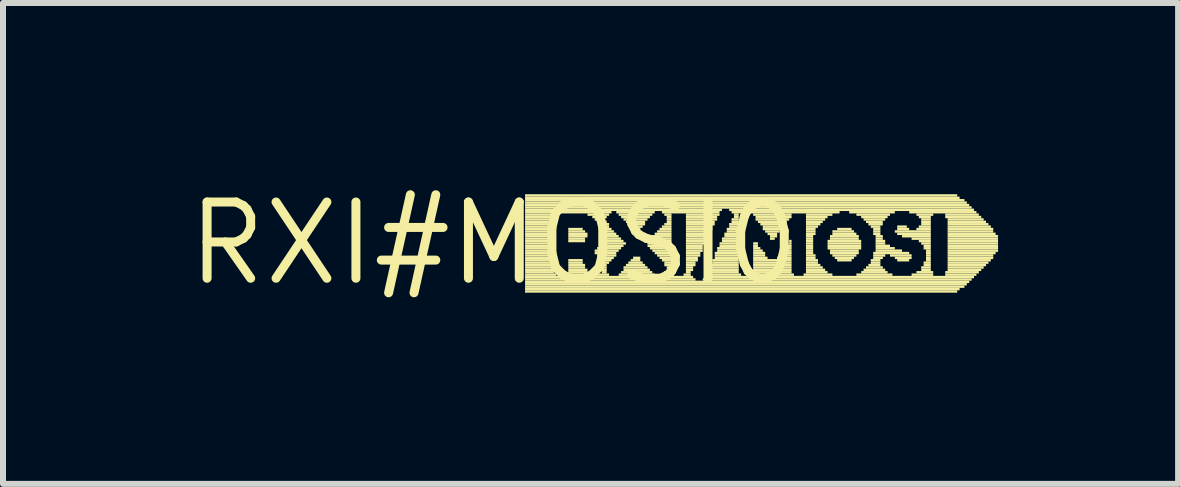
<source format=kicad_pcb>
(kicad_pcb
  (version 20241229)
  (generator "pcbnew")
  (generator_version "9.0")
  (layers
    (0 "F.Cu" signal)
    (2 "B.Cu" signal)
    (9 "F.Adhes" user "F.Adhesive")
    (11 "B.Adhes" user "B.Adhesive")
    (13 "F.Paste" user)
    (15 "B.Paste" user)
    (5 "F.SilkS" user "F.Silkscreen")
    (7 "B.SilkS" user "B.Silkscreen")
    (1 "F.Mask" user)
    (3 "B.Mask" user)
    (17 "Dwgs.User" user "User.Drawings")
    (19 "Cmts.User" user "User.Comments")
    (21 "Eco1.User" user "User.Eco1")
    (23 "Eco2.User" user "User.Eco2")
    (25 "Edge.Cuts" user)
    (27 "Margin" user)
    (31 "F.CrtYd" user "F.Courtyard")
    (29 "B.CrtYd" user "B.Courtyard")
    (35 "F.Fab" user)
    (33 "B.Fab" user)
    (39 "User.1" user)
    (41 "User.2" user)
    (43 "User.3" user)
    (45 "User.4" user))
  (footprint "RXI#MOSI0"
    (layer "F.Cu")
    (at 5.178 1.006)
    (property "Reference" "RXI#MOSI0" (at 0 0 0) (layer "F.SilkS") (effects (font (size 1.27 1.27) (thickness 0.15))))
    (fp_poly (pts (xy 0.52 -0.78) (xy 7.72 -0.78) (xy 7.72 -0.82) (xy 0.52 -0.82)) (stroke (width 0) (type default)) (fill yes) (layer "F.SilkS"))
    (fp_poly (pts (xy 0.52 -0.74) (xy 7.76 -0.74) (xy 7.76 -0.78) (xy 0.52 -0.78)) (stroke (width 0) (type default)) (fill yes) (layer "F.SilkS"))
    (fp_poly (pts (xy 0.52 -0.7) (xy 7.84 -0.7) (xy 7.84 -0.74) (xy 0.52 -0.74)) (stroke (width 0) (type default)) (fill yes) (layer "F.SilkS"))
    (fp_poly (pts (xy 0.52 -0.66) (xy 7.88 -0.66) (xy 7.88 -0.7) (xy 0.52 -0.7)) (stroke (width 0) (type default)) (fill yes) (layer "F.SilkS"))
    (fp_poly (pts (xy 0.52 -0.62) (xy 7.92 -0.62) (xy 7.92 -0.66) (xy 0.52 -0.66)) (stroke (width 0) (type default)) (fill yes) (layer "F.SilkS"))
    (fp_poly (pts (xy 0.52 -0.58) (xy 7.96 -0.58) (xy 7.96 -0.62) (xy 0.52 -0.62)) (stroke (width 0) (type default)) (fill yes) (layer "F.SilkS"))
    (fp_poly (pts (xy 0.52 -0.54) (xy 3.8 -0.54) (xy 3.8 -0.58) (xy 0.52 -0.58)) (stroke (width 0) (type default)) (fill yes) (layer "F.SilkS"))
    (fp_poly (pts (xy 0.52 -0.5) (xy 1.96 -0.5) (xy 1.96 -0.54) (xy 0.52 -0.54)) (stroke (width 0) (type default)) (fill yes) (layer "F.SilkS"))
    (fp_poly (pts (xy 0.52 -0.46) (xy 1 -0.46) (xy 1 -0.5) (xy 0.52 -0.5)) (stroke (width 0) (type default)) (fill yes) (layer "F.SilkS"))
    (fp_poly (pts (xy 0.52 -0.42) (xy 1 -0.42) (xy 1 -0.46) (xy 0.52 -0.46)) (stroke (width 0) (type default)) (fill yes) (layer "F.SilkS"))
    (fp_poly (pts (xy 0.52 -0.38) (xy 1 -0.38) (xy 1 -0.42) (xy 0.52 -0.42)) (stroke (width 0) (type default)) (fill yes) (layer "F.SilkS"))
    (fp_poly (pts (xy 0.52 -0.34) (xy 1 -0.34) (xy 1 -0.38) (xy 0.52 -0.38)) (stroke (width 0) (type default)) (fill yes) (layer "F.SilkS"))
    (fp_poly (pts (xy 0.52 -0.3) (xy 1 -0.3) (xy 1 -0.34) (xy 0.52 -0.34)) (stroke (width 0) (type default)) (fill yes) (layer "F.SilkS"))
    (fp_poly (pts (xy 0.52 -0.26) (xy 1 -0.26) (xy 1 -0.3) (xy 0.52 -0.3)) (stroke (width 0) (type default)) (fill yes) (layer "F.SilkS"))
    (fp_poly (pts (xy 0.52 -0.22) (xy 1 -0.22) (xy 1 -0.26) (xy 0.52 -0.26)) (stroke (width 0) (type default)) (fill yes) (layer "F.SilkS"))
    (fp_poly (pts (xy 0.52 -0.18) (xy 1 -0.18) (xy 1 -0.22) (xy 0.52 -0.22)) (stroke (width 0) (type default)) (fill yes) (layer "F.SilkS"))
    (fp_poly (pts (xy 0.52 -0.14) (xy 1 -0.14) (xy 1 -0.18) (xy 0.52 -0.18)) (stroke (width 0) (type default)) (fill yes) (layer "F.SilkS"))
    (fp_poly (pts (xy 0.52 -0.1) (xy 1 -0.1) (xy 1 -0.14) (xy 0.52 -0.14)) (stroke (width 0) (type default)) (fill yes) (layer "F.SilkS"))
    (fp_poly (pts (xy 0.52 -0.06) (xy 1 -0.06) (xy 1 -0.1) (xy 0.52 -0.1)) (stroke (width 0) (type default)) (fill yes) (layer "F.SilkS"))
    (fp_poly (pts (xy 0.52 -0.02) (xy 1 -0.02) (xy 1 -0.06) (xy 0.52 -0.06)) (stroke (width 0) (type default)) (fill yes) (layer "F.SilkS"))
    (fp_poly (pts (xy 0.52 0.02) (xy 1 0.02) (xy 1 -0.02) (xy 0.52 -0.02)) (stroke (width 0) (type default)) (fill yes) (layer "F.SilkS"))
    (fp_poly (pts (xy 0.52 0.06) (xy 1 0.06) (xy 1 0.02) (xy 0.52 0.02)) (stroke (width 0) (type default)) (fill yes) (layer "F.SilkS"))
    (fp_poly (pts (xy 0.52 0.1) (xy 1 0.1) (xy 1 0.06) (xy 0.52 0.06)) (stroke (width 0) (type default)) (fill yes) (layer "F.SilkS"))
    (fp_poly (pts (xy 0.52 0.14) (xy 1 0.14) (xy 1 0.1) (xy 0.52 0.1)) (stroke (width 0) (type default)) (fill yes) (layer "F.SilkS"))
    (fp_poly (pts (xy 0.52 0.18) (xy 1 0.18) (xy 1 0.14) (xy 0.52 0.14)) (stroke (width 0) (type default)) (fill yes) (layer "F.SilkS"))
    (fp_poly (pts (xy 0.52 0.22) (xy 1 0.22) (xy 1 0.18) (xy 0.52 0.18)) (stroke (width 0) (type default)) (fill yes) (layer "F.SilkS"))
    (fp_poly (pts (xy 0.52 0.26) (xy 1 0.26) (xy 1 0.22) (xy 0.52 0.22)) (stroke (width 0) (type default)) (fill yes) (layer "F.SilkS"))
    (fp_poly (pts (xy 0.52 0.3) (xy 1 0.3) (xy 1 0.26) (xy 0.52 0.26)) (stroke (width 0) (type default)) (fill yes) (layer "F.SilkS"))
    (fp_poly (pts (xy 0.52 0.34) (xy 1 0.34) (xy 1 0.3) (xy 0.52 0.3)) (stroke (width 0) (type default)) (fill yes) (layer "F.SilkS"))
    (fp_poly (pts (xy 0.52 0.38) (xy 1 0.38) (xy 1 0.34) (xy 0.52 0.34)) (stroke (width 0) (type default)) (fill yes) (layer "F.SilkS"))
    (fp_poly (pts (xy 0.52 0.42) (xy 1 0.42) (xy 1 0.38) (xy 0.52 0.38)) (stroke (width 0) (type default)) (fill yes) (layer "F.SilkS"))
    (fp_poly (pts (xy 0.52 0.46) (xy 1 0.46) (xy 1 0.42) (xy 0.52 0.42)) (stroke (width 0) (type default)) (fill yes) (layer "F.SilkS"))
    (fp_poly (pts (xy 0.52 0.5) (xy 1 0.5) (xy 1 0.46) (xy 0.52 0.46)) (stroke (width 0) (type default)) (fill yes) (layer "F.SilkS"))
    (fp_poly (pts (xy 0.52 0.54) (xy 1.04 0.54) (xy 1.04 0.5) (xy 0.52 0.5)) (stroke (width 0) (type default)) (fill yes) (layer "F.SilkS"))
    (fp_poly (pts (xy 0.52 0.58) (xy 3.32 0.58) (xy 3.32 0.54) (xy 0.52 0.54)) (stroke (width 0) (type default)) (fill yes) (layer "F.SilkS"))
    (fp_poly (pts (xy 0.52 0.62) (xy 3.36 0.62) (xy 3.36 0.58) (xy 0.52 0.58)) (stroke (width 0) (type default)) (fill yes) (layer "F.SilkS"))
    (fp_poly (pts (xy 0.52 0.66) (xy 7.92 0.66) (xy 7.92 0.62) (xy 0.52 0.62)) (stroke (width 0) (type default)) (fill yes) (layer "F.SilkS"))
    (fp_poly (pts (xy 0.52 0.7) (xy 7.88 0.7) (xy 7.88 0.66) (xy 0.52 0.66)) (stroke (width 0) (type default)) (fill yes) (layer "F.SilkS"))
    (fp_poly (pts (xy 0.52 0.74) (xy 7.84 0.74) (xy 7.84 0.7) (xy 0.52 0.7)) (stroke (width 0) (type default)) (fill yes) (layer "F.SilkS"))
    (fp_poly (pts (xy 0.52 0.78) (xy 7.76 0.78) (xy 7.76 0.74) (xy 0.52 0.74)) (stroke (width 0) (type default)) (fill yes) (layer "F.SilkS"))
    (fp_poly (pts (xy 0.52 0.82) (xy 7.72 0.82) (xy 7.72 0.78) (xy 0.52 0.78)) (stroke (width 0) (type default)) (fill yes) (layer "F.SilkS"))
    (fp_poly (pts (xy 1.2 0.54) (xy 1.6 0.54) (xy 1.6 0.5) (xy 1.2 0.5)) (stroke (width 0) (type default)) (fill yes) (layer "F.SilkS"))
    (fp_poly (pts (xy 1.24 -0.22) (xy 1.48 -0.22) (xy 1.48 -0.26) (xy 1.24 -0.26)) (stroke (width 0) (type default)) (fill yes) (layer "F.SilkS"))
    (fp_poly (pts (xy 1.24 -0.18) (xy 1.52 -0.18) (xy 1.52 -0.22) (xy 1.24 -0.22)) (stroke (width 0) (type default)) (fill yes) (layer "F.SilkS"))
    (fp_poly (pts (xy 1.24 -0.14) (xy 1.56 -0.14) (xy 1.56 -0.18) (xy 1.24 -0.18)) (stroke (width 0) (type default)) (fill yes) (layer "F.SilkS"))
    (fp_poly (pts (xy 1.24 -0.1) (xy 1.56 -0.1) (xy 1.56 -0.14) (xy 1.24 -0.14)) (stroke (width 0) (type default)) (fill yes) (layer "F.SilkS"))
    (fp_poly (pts (xy 1.24 -0.06) (xy 1.52 -0.06) (xy 1.52 -0.1) (xy 1.24 -0.1)) (stroke (width 0) (type default)) (fill yes) (layer "F.SilkS"))
    (fp_poly (pts (xy 1.24 -0.02) (xy 1.52 -0.02) (xy 1.52 -0.06) (xy 1.24 -0.06)) (stroke (width 0) (type default)) (fill yes) (layer "F.SilkS"))
    (fp_poly (pts (xy 1.24 0.3) (xy 1.48 0.3) (xy 1.48 0.26) (xy 1.24 0.26)) (stroke (width 0) (type default)) (fill yes) (layer "F.SilkS"))
    (fp_poly (pts (xy 1.24 0.34) (xy 1.48 0.34) (xy 1.48 0.3) (xy 1.24 0.3)) (stroke (width 0) (type default)) (fill yes) (layer "F.SilkS"))
    (fp_poly (pts (xy 1.24 0.38) (xy 1.52 0.38) (xy 1.52 0.34) (xy 1.24 0.34)) (stroke (width 0) (type default)) (fill yes) (layer "F.SilkS"))
    (fp_poly (pts (xy 1.24 0.42) (xy 1.52 0.42) (xy 1.52 0.38) (xy 1.24 0.38)) (stroke (width 0) (type default)) (fill yes) (layer "F.SilkS"))
    (fp_poly (pts (xy 1.24 0.46) (xy 1.56 0.46) (xy 1.56 0.42) (xy 1.24 0.42)) (stroke (width 0) (type default)) (fill yes) (layer "F.SilkS"))
    (fp_poly (pts (xy 1.24 0.5) (xy 1.56 0.5) (xy 1.56 0.46) (xy 1.24 0.46)) (stroke (width 0) (type default)) (fill yes) (layer "F.SilkS"))
    (fp_poly (pts (xy 1.56 -0.46) (xy 1.92 -0.46) (xy 1.92 -0.5) (xy 1.56 -0.5)) (stroke (width 0) (type default)) (fill yes) (layer "F.SilkS"))
    (fp_poly (pts (xy 1.64 -0.42) (xy 1.88 -0.42) (xy 1.88 -0.46) (xy 1.64 -0.46)) (stroke (width 0) (type default)) (fill yes) (layer "F.SilkS"))
    (fp_poly (pts (xy 1.68 -0.38) (xy 1.84 -0.38) (xy 1.84 -0.42) (xy 1.68 -0.42)) (stroke (width 0) (type default)) (fill yes) (layer "F.SilkS"))
    (fp_poly (pts (xy 1.68 0.14) (xy 2.08 0.14) (xy 2.08 0.1) (xy 1.68 0.1)) (stroke (width 0) (type default)) (fill yes) (layer "F.SilkS"))
    (fp_poly (pts (xy 1.68 0.18) (xy 2.04 0.18) (xy 2.04 0.14) (xy 1.68 0.14)) (stroke (width 0) (type default)) (fill yes) (layer "F.SilkS"))
    (fp_poly (pts (xy 1.72 -0.34) (xy 1.88 -0.34) (xy 1.88 -0.38) (xy 1.72 -0.38)) (stroke (width 0) (type default)) (fill yes) (layer "F.SilkS"))
    (fp_poly (pts (xy 1.72 0.1) (xy 2.12 0.1) (xy 2.12 0.06) (xy 1.72 0.06)) (stroke (width 0) (type default)) (fill yes) (layer "F.SilkS"))
    (fp_poly (pts (xy 1.72 0.22) (xy 2.04 0.22) (xy 2.04 0.18) (xy 1.72 0.18)) (stroke (width 0) (type default)) (fill yes) (layer "F.SilkS"))
    (fp_poly (pts (xy 1.72 0.26) (xy 2 0.26) (xy 2 0.22) (xy 1.72 0.22)) (stroke (width 0) (type default)) (fill yes) (layer "F.SilkS"))
    (fp_poly (pts (xy 1.72 0.54) (xy 1.92 0.54) (xy 1.92 0.5) (xy 1.72 0.5)) (stroke (width 0) (type default)) (fill yes) (layer "F.SilkS"))
    (fp_poly (pts (xy 1.76 -0.3) (xy 1.92 -0.3) (xy 1.92 -0.34) (xy 1.76 -0.34)) (stroke (width 0) (type default)) (fill yes) (layer "F.SilkS"))
    (fp_poly (pts (xy 1.76 -0.26) (xy 1.92 -0.26) (xy 1.92 -0.3) (xy 1.76 -0.3)) (stroke (width 0) (type default)) (fill yes) (layer "F.SilkS"))
    (fp_poly (pts (xy 1.76 -0.22) (xy 1.96 -0.22) (xy 1.96 -0.26) (xy 1.76 -0.26)) (stroke (width 0) (type default)) (fill yes) (layer "F.SilkS"))
    (fp_poly (pts (xy 1.76 0.02) (xy 2.2 0.02) (xy 2.2 -0.02) (xy 1.76 -0.02)) (stroke (width 0) (type default)) (fill yes) (layer "F.SilkS"))
    (fp_poly (pts (xy 1.76 0.06) (xy 2.16 0.06) (xy 2.16 0.02) (xy 1.76 0.02)) (stroke (width 0) (type default)) (fill yes) (layer "F.SilkS"))
    (fp_poly (pts (xy 1.76 0.3) (xy 1.96 0.3) (xy 1.96 0.26) (xy 1.76 0.26)) (stroke (width 0) (type default)) (fill yes) (layer "F.SilkS"))
    (fp_poly (pts (xy 1.76 0.34) (xy 1.92 0.34) (xy 1.92 0.3) (xy 1.76 0.3)) (stroke (width 0) (type default)) (fill yes) (layer "F.SilkS"))
    (fp_poly (pts (xy 1.8 -0.18) (xy 2 -0.18) (xy 2 -0.22) (xy 1.8 -0.22)) (stroke (width 0) (type default)) (fill yes) (layer "F.SilkS"))
    (fp_poly (pts (xy 1.8 -0.14) (xy 2.04 -0.14) (xy 2.04 -0.18) (xy 1.8 -0.18)) (stroke (width 0) (type default)) (fill yes) (layer "F.SilkS"))
    (fp_poly (pts (xy 1.8 -0.1) (xy 2.08 -0.1) (xy 2.08 -0.14) (xy 1.8 -0.14)) (stroke (width 0) (type default)) (fill yes) (layer "F.SilkS"))
    (fp_poly (pts (xy 1.8 -0.06) (xy 2.12 -0.06) (xy 2.12 -0.1) (xy 1.8 -0.1)) (stroke (width 0) (type default)) (fill yes) (layer "F.SilkS"))
    (fp_poly (pts (xy 1.8 -0.02) (xy 2.16 -0.02) (xy 2.16 -0.06) (xy 1.8 -0.06)) (stroke (width 0) (type default)) (fill yes) (layer "F.SilkS"))
    (fp_poly (pts (xy 1.8 0.38) (xy 1.88 0.38) (xy 1.88 0.34) (xy 1.8 0.34)) (stroke (width 0) (type default)) (fill yes) (layer "F.SilkS"))
    (fp_poly (pts (xy 1.8 0.42) (xy 1.88 0.42) (xy 1.88 0.38) (xy 1.8 0.38)) (stroke (width 0) (type default)) (fill yes) (layer "F.SilkS"))
    (fp_poly (pts (xy 1.8 0.46) (xy 1.88 0.46) (xy 1.88 0.42) (xy 1.8 0.42)) (stroke (width 0) (type default)) (fill yes) (layer "F.SilkS"))
    (fp_poly (pts (xy 1.8 0.5) (xy 1.88 0.5) (xy 1.88 0.46) (xy 1.8 0.46)) (stroke (width 0) (type default)) (fill yes) (layer "F.SilkS"))
    (fp_poly (pts (xy 2.04 -0.5) (xy 2.68 -0.5) (xy 2.68 -0.54) (xy 2.04 -0.54)) (stroke (width 0) (type default)) (fill yes) (layer "F.SilkS"))
    (fp_poly (pts (xy 2.08 -0.46) (xy 2.64 -0.46) (xy 2.64 -0.5) (xy 2.08 -0.5)) (stroke (width 0) (type default)) (fill yes) (layer "F.SilkS"))
    (fp_poly (pts (xy 2.08 0.54) (xy 2.68 0.54) (xy 2.68 0.5) (xy 2.08 0.5)) (stroke (width 0) (type default)) (fill yes) (layer "F.SilkS"))
    (fp_poly (pts (xy 2.12 -0.42) (xy 2.6 -0.42) (xy 2.6 -0.46) (xy 2.12 -0.46)) (stroke (width 0) (type default)) (fill yes) (layer "F.SilkS"))
    (fp_poly (pts (xy 2.12 0.5) (xy 2.64 0.5) (xy 2.64 0.46) (xy 2.12 0.46)) (stroke (width 0) (type default)) (fill yes) (layer "F.SilkS"))
    (fp_poly (pts (xy 2.16 -0.38) (xy 2.56 -0.38) (xy 2.56 -0.42) (xy 2.16 -0.42)) (stroke (width 0) (type default)) (fill yes) (layer "F.SilkS"))
    (fp_poly (pts (xy 2.16 0.42) (xy 2.56 0.42) (xy 2.56 0.38) (xy 2.16 0.38)) (stroke (width 0) (type default)) (fill yes) (layer "F.SilkS"))
    (fp_poly (pts (xy 2.16 0.46) (xy 2.6 0.46) (xy 2.6 0.42) (xy 2.16 0.42)) (stroke (width 0) (type default)) (fill yes) (layer "F.SilkS"))
    (fp_poly (pts (xy 2.2 -0.34) (xy 2.52 -0.34) (xy 2.52 -0.38) (xy 2.2 -0.38)) (stroke (width 0) (type default)) (fill yes) (layer "F.SilkS"))
    (fp_poly (pts (xy 2.2 0.38) (xy 2.52 0.38) (xy 2.52 0.34) (xy 2.2 0.34)) (stroke (width 0) (type default)) (fill yes) (layer "F.SilkS"))
    (fp_poly (pts (xy 2.24 -0.3) (xy 2.52 -0.3) (xy 2.52 -0.34) (xy 2.24 -0.34)) (stroke (width 0) (type default)) (fill yes) (layer "F.SilkS"))
    (fp_poly (pts (xy 2.24 0.34) (xy 2.48 0.34) (xy 2.48 0.3) (xy 2.24 0.3)) (stroke (width 0) (type default)) (fill yes) (layer "F.SilkS"))
    (fp_poly (pts (xy 2.28 -0.26) (xy 2.48 -0.26) (xy 2.48 -0.3) (xy 2.28 -0.3)) (stroke (width 0) (type default)) (fill yes) (layer "F.SilkS"))
    (fp_poly (pts (xy 2.28 0.3) (xy 2.44 0.3) (xy 2.44 0.26) (xy 2.28 0.26)) (stroke (width 0) (type default)) (fill yes) (layer "F.SilkS"))
    (fp_poly (pts (xy 2.32 -0.22) (xy 2.44 -0.22) (xy 2.44 -0.26) (xy 2.32 -0.26)) (stroke (width 0) (type default)) (fill yes) (layer "F.SilkS"))
    (fp_poly (pts (xy 2.32 -0.18) (xy 2.4 -0.18) (xy 2.4 -0.22) (xy 2.32 -0.22)) (stroke (width 0) (type default)) (fill yes) (layer "F.SilkS"))
    (fp_poly (pts (xy 2.32 0.26) (xy 2.44 0.26) (xy 2.44 0.22) (xy 2.32 0.22)) (stroke (width 0) (type default)) (fill yes) (layer "F.SilkS"))
    (fp_poly (pts (xy 2.56 -0.02) (xy 2.96 -0.02) (xy 2.96 -0.06) (xy 2.56 -0.06)) (stroke (width 0) (type default)) (fill yes) (layer "F.SilkS"))
    (fp_poly (pts (xy 2.56 0.02) (xy 2.96 0.02) (xy 2.96 -0.02) (xy 2.56 -0.02)) (stroke (width 0) (type default)) (fill yes) (layer "F.SilkS"))
    (fp_poly (pts (xy 2.56 0.06) (xy 2.96 0.06) (xy 2.96 0.02) (xy 2.56 0.02)) (stroke (width 0) (type default)) (fill yes) (layer "F.SilkS"))
    (fp_poly (pts (xy 2.6 -0.06) (xy 2.96 -0.06) (xy 2.96 -0.1) (xy 2.6 -0.1)) (stroke (width 0) (type default)) (fill yes) (layer "F.SilkS"))
    (fp_poly (pts (xy 2.6 0.1) (xy 2.96 0.1) (xy 2.96 0.06) (xy 2.6 0.06)) (stroke (width 0) (type default)) (fill yes) (layer "F.SilkS"))
    (fp_poly (pts (xy 2.64 -0.1) (xy 2.96 -0.1) (xy 2.96 -0.14) (xy 2.64 -0.14)) (stroke (width 0) (type default)) (fill yes) (layer "F.SilkS"))
    (fp_poly (pts (xy 2.64 0.14) (xy 2.96 0.14) (xy 2.96 0.1) (xy 2.64 0.1)) (stroke (width 0) (type default)) (fill yes) (layer "F.SilkS"))
    (fp_poly (pts (xy 2.68 -0.14) (xy 2.96 -0.14) (xy 2.96 -0.18) (xy 2.68 -0.18)) (stroke (width 0) (type default)) (fill yes) (layer "F.SilkS"))
    (fp_poly (pts (xy 2.68 0.18) (xy 2.96 0.18) (xy 2.96 0.14) (xy 2.68 0.14)) (stroke (width 0) (type default)) (fill yes) (layer "F.SilkS"))
    (fp_poly (pts (xy 2.72 -0.18) (xy 2.96 -0.18) (xy 2.96 -0.22) (xy 2.72 -0.22)) (stroke (width 0) (type default)) (fill yes) (layer "F.SilkS"))
    (fp_poly (pts (xy 2.72 0.22) (xy 2.96 0.22) (xy 2.96 0.18) (xy 2.72 0.18)) (stroke (width 0) (type default)) (fill yes) (layer "F.SilkS"))
    (fp_poly (pts (xy 2.76 -0.22) (xy 2.96 -0.22) (xy 2.96 -0.26) (xy 2.76 -0.26)) (stroke (width 0) (type default)) (fill yes) (layer "F.SilkS"))
    (fp_poly (pts (xy 2.76 0.26) (xy 2.96 0.26) (xy 2.96 0.22) (xy 2.76 0.22)) (stroke (width 0) (type default)) (fill yes) (layer "F.SilkS"))
    (fp_poly (pts (xy 2.8 -0.5) (xy 3.76 -0.5) (xy 3.76 -0.54) (xy 2.8 -0.54)) (stroke (width 0) (type default)) (fill yes) (layer "F.SilkS"))
    (fp_poly (pts (xy 2.8 -0.26) (xy 2.96 -0.26) (xy 2.96 -0.3) (xy 2.8 -0.3)) (stroke (width 0) (type default)) (fill yes) (layer "F.SilkS"))
    (fp_poly (pts (xy 2.8 0.3) (xy 2.96 0.3) (xy 2.96 0.26) (xy 2.8 0.26)) (stroke (width 0) (type default)) (fill yes) (layer "F.SilkS"))
    (fp_poly (pts (xy 2.8 0.54) (xy 3 0.54) (xy 3 0.5) (xy 2.8 0.5)) (stroke (width 0) (type default)) (fill yes) (layer "F.SilkS"))
    (fp_poly (pts (xy 2.84 -0.46) (xy 2.96 -0.46) (xy 2.96 -0.5) (xy 2.84 -0.5)) (stroke (width 0) (type default)) (fill yes) (layer "F.SilkS"))
    (fp_poly (pts (xy 2.84 -0.3) (xy 2.96 -0.3) (xy 2.96 -0.34) (xy 2.84 -0.34)) (stroke (width 0) (type default)) (fill yes) (layer "F.SilkS"))
    (fp_poly (pts (xy 2.84 0.34) (xy 2.96 0.34) (xy 2.96 0.3) (xy 2.84 0.3)) (stroke (width 0) (type default)) (fill yes) (layer "F.SilkS"))
    (fp_poly (pts (xy 2.84 0.38) (xy 2.96 0.38) (xy 2.96 0.34) (xy 2.84 0.34)) (stroke (width 0) (type default)) (fill yes) (layer "F.SilkS"))
    (fp_poly (pts (xy 2.84 0.5) (xy 2.96 0.5) (xy 2.96 0.46) (xy 2.84 0.46)) (stroke (width 0) (type default)) (fill yes) (layer "F.SilkS"))
    (fp_poly (pts (xy 2.88 -0.42) (xy 2.96 -0.42) (xy 2.96 -0.46) (xy 2.88 -0.46)) (stroke (width 0) (type default)) (fill yes) (layer "F.SilkS"))
    (fp_poly (pts (xy 2.88 -0.38) (xy 2.96 -0.38) (xy 2.96 -0.42) (xy 2.88 -0.42)) (stroke (width 0) (type default)) (fill yes) (layer "F.SilkS"))
    (fp_poly (pts (xy 2.88 -0.34) (xy 2.96 -0.34) (xy 2.96 -0.38) (xy 2.88 -0.38)) (stroke (width 0) (type default)) (fill yes) (layer "F.SilkS"))
    (fp_poly (pts (xy 2.88 0.42) (xy 2.96 0.42) (xy 2.96 0.38) (xy 2.88 0.38)) (stroke (width 0) (type default)) (fill yes) (layer "F.SilkS"))
    (fp_poly (pts (xy 2.88 0.46) (xy 2.96 0.46) (xy 2.96 0.42) (xy 2.88 0.42)) (stroke (width 0) (type default)) (fill yes) (layer "F.SilkS"))
    (fp_poly (pts (xy 3.16 0.54) (xy 3.28 0.54) (xy 3.28 0.5) (xy 3.16 0.5)) (stroke (width 0) (type default)) (fill yes) (layer "F.SilkS"))
    (fp_poly (pts (xy 3.2 -0.46) (xy 3.76 -0.46) (xy 3.76 -0.5) (xy 3.2 -0.5)) (stroke (width 0) (type default)) (fill yes) (layer "F.SilkS"))
    (fp_poly (pts (xy 3.2 -0.42) (xy 3.72 -0.42) (xy 3.72 -0.46) (xy 3.2 -0.46)) (stroke (width 0) (type default)) (fill yes) (layer "F.SilkS"))
    (fp_poly (pts (xy 3.2 -0.38) (xy 3.72 -0.38) (xy 3.72 -0.42) (xy 3.2 -0.42)) (stroke (width 0) (type default)) (fill yes) (layer "F.SilkS"))
    (fp_poly (pts (xy 3.2 -0.34) (xy 3.68 -0.34) (xy 3.68 -0.38) (xy 3.2 -0.38)) (stroke (width 0) (type default)) (fill yes) (layer "F.SilkS"))
    (fp_poly (pts (xy 3.2 -0.3) (xy 3.68 -0.3) (xy 3.68 -0.34) (xy 3.2 -0.34)) (stroke (width 0) (type default)) (fill yes) (layer "F.SilkS"))
    (fp_poly (pts (xy 3.2 -0.26) (xy 3.64 -0.26) (xy 3.64 -0.3) (xy 3.2 -0.3)) (stroke (width 0) (type default)) (fill yes) (layer "F.SilkS"))
    (fp_poly (pts (xy 3.2 -0.22) (xy 3.64 -0.22) (xy 3.64 -0.26) (xy 3.2 -0.26)) (stroke (width 0) (type default)) (fill yes) (layer "F.SilkS"))
    (fp_poly (pts (xy 3.2 -0.18) (xy 3.6 -0.18) (xy 3.6 -0.22) (xy 3.2 -0.22)) (stroke (width 0) (type default)) (fill yes) (layer "F.SilkS"))
    (fp_poly (pts (xy 3.2 -0.14) (xy 3.6 -0.14) (xy 3.6 -0.18) (xy 3.2 -0.18)) (stroke (width 0) (type default)) (fill yes) (layer "F.SilkS"))
    (fp_poly (pts (xy 3.2 -0.1) (xy 3.56 -0.1) (xy 3.56 -0.14) (xy 3.2 -0.14)) (stroke (width 0) (type default)) (fill yes) (layer "F.SilkS"))
    (fp_poly (pts (xy 3.2 -0.06) (xy 3.56 -0.06) (xy 3.56 -0.1) (xy 3.2 -0.1)) (stroke (width 0) (type default)) (fill yes) (layer "F.SilkS"))
    (fp_poly (pts (xy 3.2 -0.02) (xy 3.52 -0.02) (xy 3.52 -0.06) (xy 3.2 -0.06)) (stroke (width 0) (type default)) (fill yes) (layer "F.SilkS"))
    (fp_poly (pts (xy 3.2 0.02) (xy 3.52 0.02) (xy 3.52 -0.02) (xy 3.2 -0.02)) (stroke (width 0) (type default)) (fill yes) (layer "F.SilkS"))
    (fp_poly (pts (xy 3.2 0.06) (xy 3.48 0.06) (xy 3.48 0.02) (xy 3.2 0.02)) (stroke (width 0) (type default)) (fill yes) (layer "F.SilkS"))
    (fp_poly (pts (xy 3.2 0.1) (xy 3.48 0.1) (xy 3.48 0.06) (xy 3.2 0.06)) (stroke (width 0) (type default)) (fill yes) (layer "F.SilkS"))
    (fp_poly (pts (xy 3.2 0.14) (xy 3.48 0.14) (xy 3.48 0.1) (xy 3.2 0.1)) (stroke (width 0) (type default)) (fill yes) (layer "F.SilkS"))
    (fp_poly (pts (xy 3.2 0.18) (xy 3.44 0.18) (xy 3.44 0.14) (xy 3.2 0.14)) (stroke (width 0) (type default)) (fill yes) (layer "F.SilkS"))
    (fp_poly (pts (xy 3.2 0.22) (xy 3.44 0.22) (xy 3.44 0.18) (xy 3.2 0.18)) (stroke (width 0) (type default)) (fill yes) (layer "F.SilkS"))
    (fp_poly (pts (xy 3.2 0.26) (xy 3.4 0.26) (xy 3.4 0.22) (xy 3.2 0.22)) (stroke (width 0) (type default)) (fill yes) (layer "F.SilkS"))
    (fp_poly (pts (xy 3.2 0.3) (xy 3.4 0.3) (xy 3.4 0.26) (xy 3.2 0.26)) (stroke (width 0) (type default)) (fill yes) (layer "F.SilkS"))
    (fp_poly (pts (xy 3.2 0.34) (xy 3.36 0.34) (xy 3.36 0.3) (xy 3.2 0.3)) (stroke (width 0) (type default)) (fill yes) (layer "F.SilkS"))
    (fp_poly (pts (xy 3.2 0.38) (xy 3.36 0.38) (xy 3.36 0.34) (xy 3.2 0.34)) (stroke (width 0) (type default)) (fill yes) (layer "F.SilkS"))
    (fp_poly (pts (xy 3.2 0.42) (xy 3.32 0.42) (xy 3.32 0.38) (xy 3.2 0.38)) (stroke (width 0) (type default)) (fill yes) (layer "F.SilkS"))
    (fp_poly (pts (xy 3.2 0.46) (xy 3.32 0.46) (xy 3.32 0.42) (xy 3.2 0.42)) (stroke (width 0) (type default)) (fill yes) (layer "F.SilkS"))
    (fp_poly (pts (xy 3.2 0.5) (xy 3.28 0.5) (xy 3.28 0.46) (xy 3.2 0.46)) (stroke (width 0) (type default)) (fill yes) (layer "F.SilkS"))
    (fp_poly (pts (xy 3.48 0.62) (xy 7.96 0.62) (xy 7.96 0.58) (xy 3.48 0.58)) (stroke (width 0) (type default)) (fill yes) (layer "F.SilkS"))
    (fp_poly (pts (xy 3.52 0.54) (xy 4.12 0.54) (xy 4.12 0.5) (xy 3.52 0.5)) (stroke (width 0) (type default)) (fill yes) (layer "F.SilkS"))
    (fp_poly (pts (xy 3.52 0.58) (xy 8 0.58) (xy 8 0.54) (xy 3.52 0.54)) (stroke (width 0) (type default)) (fill yes) (layer "F.SilkS"))
    (fp_poly (pts (xy 3.56 0.46) (xy 4.08 0.46) (xy 4.08 0.42) (xy 3.56 0.42)) (stroke (width 0) (type default)) (fill yes) (layer "F.SilkS"))
    (fp_poly (pts (xy 3.56 0.5) (xy 4.08 0.5) (xy 4.08 0.46) (xy 3.56 0.46)) (stroke (width 0) (type default)) (fill yes) (layer "F.SilkS"))
    (fp_poly (pts (xy 3.6 0.38) (xy 4.08 0.38) (xy 4.08 0.34) (xy 3.6 0.34)) (stroke (width 0) (type default)) (fill yes) (layer "F.SilkS"))
    (fp_poly (pts (xy 3.6 0.42) (xy 4.08 0.42) (xy 4.08 0.38) (xy 3.6 0.38)) (stroke (width 0) (type default)) (fill yes) (layer "F.SilkS"))
    (fp_poly (pts (xy 3.64 0.3) (xy 4.08 0.3) (xy 4.08 0.26) (xy 3.64 0.26)) (stroke (width 0) (type default)) (fill yes) (layer "F.SilkS"))
    (fp_poly (pts (xy 3.64 0.34) (xy 4.08 0.34) (xy 4.08 0.3) (xy 3.64 0.3)) (stroke (width 0) (type default)) (fill yes) (layer "F.SilkS"))
    (fp_poly (pts (xy 3.68 0.18) (xy 4.08 0.18) (xy 4.08 0.14) (xy 3.68 0.14)) (stroke (width 0) (type default)) (fill yes) (layer "F.SilkS"))
    (fp_poly (pts (xy 3.68 0.22) (xy 4.08 0.22) (xy 4.08 0.18) (xy 3.68 0.18)) (stroke (width 0) (type default)) (fill yes) (layer "F.SilkS"))
    (fp_poly (pts (xy 3.68 0.26) (xy 4.08 0.26) (xy 4.08 0.22) (xy 3.68 0.22)) (stroke (width 0) (type default)) (fill yes) (layer "F.SilkS"))
    (fp_poly (pts (xy 3.72 0.1) (xy 4.08 0.1) (xy 4.08 0.06) (xy 3.72 0.06)) (stroke (width 0) (type default)) (fill yes) (layer "F.SilkS"))
    (fp_poly (pts (xy 3.72 0.14) (xy 4.08 0.14) (xy 4.08 0.1) (xy 3.72 0.1)) (stroke (width 0) (type default)) (fill yes) (layer "F.SilkS"))
    (fp_poly (pts (xy 3.76 0.02) (xy 4.08 0.02) (xy 4.08 -0.02) (xy 3.76 -0.02)) (stroke (width 0) (type default)) (fill yes) (layer "F.SilkS"))
    (fp_poly (pts (xy 3.76 0.06) (xy 4.08 0.06) (xy 4.08 0.02) (xy 3.76 0.02)) (stroke (width 0) (type default)) (fill yes) (layer "F.SilkS"))
    (fp_poly (pts (xy 3.8 -0.06) (xy 4.08 -0.06) (xy 4.08 -0.1) (xy 3.8 -0.1)) (stroke (width 0) (type default)) (fill yes) (layer "F.SilkS"))
    (fp_poly (pts (xy 3.8 -0.02) (xy 4.08 -0.02) (xy 4.08 -0.06) (xy 3.8 -0.06)) (stroke (width 0) (type default)) (fill yes) (layer "F.SilkS"))
    (fp_poly (pts (xy 3.84 -0.14) (xy 4.08 -0.14) (xy 4.08 -0.18) (xy 3.84 -0.18)) (stroke (width 0) (type default)) (fill yes) (layer "F.SilkS"))
    (fp_poly (pts (xy 3.84 -0.1) (xy 4.08 -0.1) (xy 4.08 -0.14) (xy 3.84 -0.14)) (stroke (width 0) (type default)) (fill yes) (layer "F.SilkS"))
    (fp_poly (pts (xy 3.88 -0.22) (xy 4.08 -0.22) (xy 4.08 -0.26) (xy 3.88 -0.26)) (stroke (width 0) (type default)) (fill yes) (layer "F.SilkS"))
    (fp_poly (pts (xy 3.88 -0.18) (xy 4.08 -0.18) (xy 4.08 -0.22) (xy 3.88 -0.22)) (stroke (width 0) (type default)) (fill yes) (layer "F.SilkS"))
    (fp_poly (pts (xy 3.92 -0.54) (xy 8 -0.54) (xy 8 -0.58) (xy 3.92 -0.58)) (stroke (width 0) (type default)) (fill yes) (layer "F.SilkS"))
    (fp_poly (pts (xy 3.92 -0.3) (xy 4.08 -0.3) (xy 4.08 -0.34) (xy 3.92 -0.34)) (stroke (width 0) (type default)) (fill yes) (layer "F.SilkS"))
    (fp_poly (pts (xy 3.92 -0.26) (xy 4.08 -0.26) (xy 4.08 -0.3) (xy 3.92 -0.3)) (stroke (width 0) (type default)) (fill yes) (layer "F.SilkS"))
    (fp_poly (pts (xy 3.96 -0.5) (xy 5.76 -0.5) (xy 5.76 -0.54) (xy 3.96 -0.54)) (stroke (width 0) (type default)) (fill yes) (layer "F.SilkS"))
    (fp_poly (pts (xy 3.96 -0.38) (xy 4.08 -0.38) (xy 4.08 -0.42) (xy 3.96 -0.42)) (stroke (width 0) (type default)) (fill yes) (layer "F.SilkS"))
    (fp_poly (pts (xy 3.96 -0.34) (xy 4.08 -0.34) (xy 4.08 -0.38) (xy 3.96 -0.38)) (stroke (width 0) (type default)) (fill yes) (layer "F.SilkS"))
    (fp_poly (pts (xy 4 -0.46) (xy 4.08 -0.46) (xy 4.08 -0.5) (xy 4 -0.5)) (stroke (width 0) (type default)) (fill yes) (layer "F.SilkS"))
    (fp_poly (pts (xy 4 -0.42) (xy 4.08 -0.42) (xy 4.08 -0.46) (xy 4 -0.46)) (stroke (width 0) (type default)) (fill yes) (layer "F.SilkS"))
    (fp_poly (pts (xy 4.28 0.54) (xy 5 0.54) (xy 5 0.5) (xy 4.28 0.5)) (stroke (width 0) (type default)) (fill yes) (layer "F.SilkS"))
    (fp_poly (pts (xy 4.32 -0.46) (xy 4.96 -0.46) (xy 4.96 -0.5) (xy 4.32 -0.5)) (stroke (width 0) (type default)) (fill yes) (layer "F.SilkS"))
    (fp_poly (pts (xy 4.32 0.02) (xy 4.4 0.02) (xy 4.4 -0.02) (xy 4.32 -0.02)) (stroke (width 0) (type default)) (fill yes) (layer "F.SilkS"))
    (fp_poly (pts (xy 4.32 0.06) (xy 4.4 0.06) (xy 4.4 0.02) (xy 4.32 0.02)) (stroke (width 0) (type default)) (fill yes) (layer "F.SilkS"))
    (fp_poly (pts (xy 4.32 0.1) (xy 4.44 0.1) (xy 4.44 0.06) (xy 4.32 0.06)) (stroke (width 0) (type default)) (fill yes) (layer "F.SilkS"))
    (fp_poly (pts (xy 4.32 0.14) (xy 4.48 0.14) (xy 4.48 0.1) (xy 4.32 0.1)) (stroke (width 0) (type default)) (fill yes) (layer "F.SilkS"))
    (fp_poly (pts (xy 4.32 0.18) (xy 4.52 0.18) (xy 4.52 0.14) (xy 4.32 0.14)) (stroke (width 0) (type default)) (fill yes) (layer "F.SilkS"))
    (fp_poly (pts (xy 4.32 0.22) (xy 4.52 0.22) (xy 4.52 0.18) (xy 4.32 0.18)) (stroke (width 0) (type default)) (fill yes) (layer "F.SilkS"))
    (fp_poly (pts (xy 4.32 0.26) (xy 4.56 0.26) (xy 4.56 0.22) (xy 4.32 0.22)) (stroke (width 0) (type default)) (fill yes) (layer "F.SilkS"))
    (fp_poly (pts (xy 4.32 0.3) (xy 4.96 0.3) (xy 4.96 0.26) (xy 4.32 0.26)) (stroke (width 0) (type default)) (fill yes) (layer "F.SilkS"))
    (fp_poly (pts (xy 4.32 0.34) (xy 4.96 0.34) (xy 4.96 0.3) (xy 4.32 0.3)) (stroke (width 0) (type default)) (fill yes) (layer "F.SilkS"))
    (fp_poly (pts (xy 4.32 0.38) (xy 4.96 0.38) (xy 4.96 0.34) (xy 4.32 0.34)) (stroke (width 0) (type default)) (fill yes) (layer "F.SilkS"))
    (fp_poly (pts (xy 4.32 0.42) (xy 4.96 0.42) (xy 4.96 0.38) (xy 4.32 0.38)) (stroke (width 0) (type default)) (fill yes) (layer "F.SilkS"))
    (fp_poly (pts (xy 4.32 0.46) (xy 4.96 0.46) (xy 4.96 0.42) (xy 4.32 0.42)) (stroke (width 0) (type default)) (fill yes) (layer "F.SilkS"))
    (fp_poly (pts (xy 4.32 0.5) (xy 4.96 0.5) (xy 4.96 0.46) (xy 4.32 0.46)) (stroke (width 0) (type default)) (fill yes) (layer "F.SilkS"))
    (fp_poly (pts (xy 4.36 -0.42) (xy 4.96 -0.42) (xy 4.96 -0.46) (xy 4.36 -0.46)) (stroke (width 0) (type default)) (fill yes) (layer "F.SilkS"))
    (fp_poly (pts (xy 4.36 -0.38) (xy 4.92 -0.38) (xy 4.92 -0.42) (xy 4.36 -0.42)) (stroke (width 0) (type default)) (fill yes) (layer "F.SilkS"))
    (fp_poly (pts (xy 4.4 -0.34) (xy 4.88 -0.34) (xy 4.88 -0.38) (xy 4.4 -0.38)) (stroke (width 0) (type default)) (fill yes) (layer "F.SilkS"))
    (fp_poly (pts (xy 4.44 -0.3) (xy 4.84 -0.3) (xy 4.84 -0.34) (xy 4.44 -0.34)) (stroke (width 0) (type default)) (fill yes) (layer "F.SilkS"))
    (fp_poly (pts (xy 4.48 -0.26) (xy 4.84 -0.26) (xy 4.84 -0.3) (xy 4.48 -0.3)) (stroke (width 0) (type default)) (fill yes) (layer "F.SilkS"))
    (fp_poly (pts (xy 4.48 -0.22) (xy 4.8 -0.22) (xy 4.8 -0.26) (xy 4.48 -0.26)) (stroke (width 0) (type default)) (fill yes) (layer "F.SilkS"))
    (fp_poly (pts (xy 4.52 -0.18) (xy 4.76 -0.18) (xy 4.76 -0.22) (xy 4.52 -0.22)) (stroke (width 0) (type default)) (fill yes) (layer "F.SilkS"))
    (fp_poly (pts (xy 4.56 -0.14) (xy 4.72 -0.14) (xy 4.72 -0.18) (xy 4.56 -0.18)) (stroke (width 0) (type default)) (fill yes) (layer "F.SilkS"))
    (fp_poly (pts (xy 4.6 -0.1) (xy 4.72 -0.1) (xy 4.72 -0.14) (xy 4.6 -0.14)) (stroke (width 0) (type default)) (fill yes) (layer "F.SilkS"))
    (fp_poly (pts (xy 4.6 -0.06) (xy 4.68 -0.06) (xy 4.68 -0.1) (xy 4.6 -0.1)) (stroke (width 0) (type default)) (fill yes) (layer "F.SilkS"))
    (fp_poly (pts (xy 4.72 0.26) (xy 4.96 0.26) (xy 4.96 0.22) (xy 4.72 0.22)) (stroke (width 0) (type default)) (fill yes) (layer "F.SilkS"))
    (fp_poly (pts (xy 4.76 0.22) (xy 4.96 0.22) (xy 4.96 0.18) (xy 4.76 0.18)) (stroke (width 0) (type default)) (fill yes) (layer "F.SilkS"))
    (fp_poly (pts (xy 4.8 0.14) (xy 4.96 0.14) (xy 4.96 0.1) (xy 4.8 0.1)) (stroke (width 0) (type default)) (fill yes) (layer "F.SilkS"))
    (fp_poly (pts (xy 4.8 0.18) (xy 4.96 0.18) (xy 4.96 0.14) (xy 4.8 0.14)) (stroke (width 0) (type default)) (fill yes) (layer "F.SilkS"))
    (fp_poly (pts (xy 4.84 0.1) (xy 4.96 0.1) (xy 4.96 0.06) (xy 4.84 0.06)) (stroke (width 0) (type default)) (fill yes) (layer "F.SilkS"))
    (fp_poly (pts (xy 4.88 0.06) (xy 4.96 0.06) (xy 4.96 0.02) (xy 4.88 0.02)) (stroke (width 0) (type default)) (fill yes) (layer "F.SilkS"))
    (fp_poly (pts (xy 4.92 -0.02) (xy 4.96 -0.02) (xy 4.96 -0.06) (xy 4.92 -0.06)) (stroke (width 0) (type default)) (fill yes) (layer "F.SilkS"))
    (fp_poly (pts (xy 4.92 0.02) (xy 4.96 0.02) (xy 4.96 -0.02) (xy 4.92 -0.02)) (stroke (width 0) (type default)) (fill yes) (layer "F.SilkS"))
    (fp_poly (pts (xy 5.16 0.54) (xy 5.64 0.54) (xy 5.64 0.5) (xy 5.16 0.5)) (stroke (width 0) (type default)) (fill yes) (layer "F.SilkS"))
    (fp_poly (pts (xy 5.2 -0.46) (xy 5.64 -0.46) (xy 5.64 -0.5) (xy 5.2 -0.5)) (stroke (width 0) (type default)) (fill yes) (layer "F.SilkS"))
    (fp_poly (pts (xy 5.2 -0.42) (xy 5.56 -0.42) (xy 5.56 -0.46) (xy 5.2 -0.46)) (stroke (width 0) (type default)) (fill yes) (layer "F.SilkS"))
    (fp_poly (pts (xy 5.2 -0.38) (xy 5.52 -0.38) (xy 5.52 -0.42) (xy 5.2 -0.42)) (stroke (width 0) (type default)) (fill yes) (layer "F.SilkS"))
    (fp_poly (pts (xy 5.2 -0.34) (xy 5.48 -0.34) (xy 5.48 -0.38) (xy 5.2 -0.38)) (stroke (width 0) (type default)) (fill yes) (layer "F.SilkS"))
    (fp_poly (pts (xy 5.2 -0.3) (xy 5.44 -0.3) (xy 5.44 -0.34) (xy 5.2 -0.34)) (stroke (width 0) (type default)) (fill yes) (layer "F.SilkS"))
    (fp_poly (pts (xy 5.2 -0.26) (xy 5.4 -0.26) (xy 5.4 -0.3) (xy 5.2 -0.3)) (stroke (width 0) (type default)) (fill yes) (layer "F.SilkS"))
    (fp_poly (pts (xy 5.2 -0.22) (xy 5.36 -0.22) (xy 5.36 -0.26) (xy 5.2 -0.26)) (stroke (width 0) (type default)) (fill yes) (layer "F.SilkS"))
    (fp_poly (pts (xy 5.2 -0.18) (xy 5.36 -0.18) (xy 5.36 -0.22) (xy 5.2 -0.22)) (stroke (width 0) (type default)) (fill yes) (layer "F.SilkS"))
    (fp_poly (pts (xy 5.2 -0.14) (xy 5.36 -0.14) (xy 5.36 -0.18) (xy 5.2 -0.18)) (stroke (width 0) (type default)) (fill yes) (layer "F.SilkS"))
    (fp_poly (pts (xy 5.2 -0.1) (xy 5.32 -0.1) (xy 5.32 -0.14) (xy 5.2 -0.14)) (stroke (width 0) (type default)) (fill yes) (layer "F.SilkS"))
    (fp_poly (pts (xy 5.2 -0.06) (xy 5.32 -0.06) (xy 5.32 -0.1) (xy 5.2 -0.1)) (stroke (width 0) (type default)) (fill yes) (layer "F.SilkS"))
    (fp_poly (pts (xy 5.2 -0.02) (xy 5.32 -0.02) (xy 5.32 -0.06) (xy 5.2 -0.06)) (stroke (width 0) (type default)) (fill yes) (layer "F.SilkS"))
    (fp_poly (pts (xy 5.2 0.02) (xy 5.32 0.02) (xy 5.32 -0.02) (xy 5.2 -0.02)) (stroke (width 0) (type default)) (fill yes) (layer "F.SilkS"))
    (fp_poly (pts (xy 5.2 0.06) (xy 5.32 0.06) (xy 5.32 0.02) (xy 5.2 0.02)) (stroke (width 0) (type default)) (fill yes) (layer "F.SilkS"))
    (fp_poly (pts (xy 5.2 0.1) (xy 5.32 0.1) (xy 5.32 0.06) (xy 5.2 0.06)) (stroke (width 0) (type default)) (fill yes) (layer "F.SilkS"))
    (fp_poly (pts (xy 5.2 0.14) (xy 5.32 0.14) (xy 5.32 0.1) (xy 5.2 0.1)) (stroke (width 0) (type default)) (fill yes) (layer "F.SilkS"))
    (fp_poly (pts (xy 5.2 0.18) (xy 5.32 0.18) (xy 5.32 0.14) (xy 5.2 0.14)) (stroke (width 0) (type default)) (fill yes) (layer "F.SilkS"))
    (fp_poly (pts (xy 5.2 0.22) (xy 5.36 0.22) (xy 5.36 0.18) (xy 5.2 0.18)) (stroke (width 0) (type default)) (fill yes) (layer "F.SilkS"))
    (fp_poly (pts (xy 5.2 0.26) (xy 5.36 0.26) (xy 5.36 0.22) (xy 5.2 0.22)) (stroke (width 0) (type default)) (fill yes) (layer "F.SilkS"))
    (fp_poly (pts (xy 5.2 0.3) (xy 5.4 0.3) (xy 5.4 0.26) (xy 5.2 0.26)) (stroke (width 0) (type default)) (fill yes) (layer "F.SilkS"))
    (fp_poly (pts (xy 5.2 0.34) (xy 5.4 0.34) (xy 5.4 0.3) (xy 5.2 0.3)) (stroke (width 0) (type default)) (fill yes) (layer "F.SilkS"))
    (fp_poly (pts (xy 5.2 0.38) (xy 5.44 0.38) (xy 5.44 0.34) (xy 5.2 0.34)) (stroke (width 0) (type default)) (fill yes) (layer "F.SilkS"))
    (fp_poly (pts (xy 5.2 0.42) (xy 5.48 0.42) (xy 5.48 0.38) (xy 5.2 0.38)) (stroke (width 0) (type default)) (fill yes) (layer "F.SilkS"))
    (fp_poly (pts (xy 5.2 0.46) (xy 5.52 0.46) (xy 5.52 0.42) (xy 5.2 0.42)) (stroke (width 0) (type default)) (fill yes) (layer "F.SilkS"))
    (fp_poly (pts (xy 5.2 0.5) (xy 5.56 0.5) (xy 5.56 0.46) (xy 5.2 0.46)) (stroke (width 0) (type default)) (fill yes) (layer "F.SilkS"))
    (fp_poly (pts (xy 5.56 -0.02) (xy 6.12 -0.02) (xy 6.12 -0.06) (xy 5.56 -0.06)) (stroke (width 0) (type default)) (fill yes) (layer "F.SilkS"))
    (fp_poly (pts (xy 5.56 0.02) (xy 6.12 0.02) (xy 6.12 -0.02) (xy 5.56 -0.02)) (stroke (width 0) (type default)) (fill yes) (layer "F.SilkS"))
    (fp_poly (pts (xy 5.56 0.06) (xy 6.12 0.06) (xy 6.12 0.02) (xy 5.56 0.02)) (stroke (width 0) (type default)) (fill yes) (layer "F.SilkS"))
    (fp_poly (pts (xy 5.56 0.1) (xy 6.12 0.1) (xy 6.12 0.06) (xy 5.56 0.06)) (stroke (width 0) (type default)) (fill yes) (layer "F.SilkS"))
    (fp_poly (pts (xy 5.6 -0.1) (xy 6.08 -0.1) (xy 6.08 -0.14) (xy 5.6 -0.14)) (stroke (width 0) (type default)) (fill yes) (layer "F.SilkS"))
    (fp_poly (pts (xy 5.6 -0.06) (xy 6.08 -0.06) (xy 6.08 -0.1) (xy 5.6 -0.1)) (stroke (width 0) (type default)) (fill yes) (layer "F.SilkS"))
    (fp_poly (pts (xy 5.6 0.14) (xy 6.08 0.14) (xy 6.08 0.1) (xy 5.6 0.1)) (stroke (width 0) (type default)) (fill yes) (layer "F.SilkS"))
    (fp_poly (pts (xy 5.6 0.18) (xy 6.08 0.18) (xy 6.08 0.14) (xy 5.6 0.14)) (stroke (width 0) (type default)) (fill yes) (layer "F.SilkS"))
    (fp_poly (pts (xy 5.64 -0.18) (xy 6 -0.18) (xy 6 -0.22) (xy 5.64 -0.22)) (stroke (width 0) (type default)) (fill yes) (layer "F.SilkS"))
    (fp_poly (pts (xy 5.64 -0.14) (xy 6.04 -0.14) (xy 6.04 -0.18) (xy 5.64 -0.18)) (stroke (width 0) (type default)) (fill yes) (layer "F.SilkS"))
    (fp_poly (pts (xy 5.64 0.22) (xy 6.04 0.22) (xy 6.04 0.18) (xy 5.64 0.18)) (stroke (width 0) (type default)) (fill yes) (layer "F.SilkS"))
    (fp_poly (pts (xy 5.68 0.26) (xy 6 0.26) (xy 6 0.22) (xy 5.68 0.22)) (stroke (width 0) (type default)) (fill yes) (layer "F.SilkS"))
    (fp_poly (pts (xy 5.72 -0.22) (xy 5.96 -0.22) (xy 5.96 -0.26) (xy 5.72 -0.26)) (stroke (width 0) (type default)) (fill yes) (layer "F.SilkS"))
    (fp_poly (pts (xy 5.72 0.3) (xy 5.96 0.3) (xy 5.96 0.26) (xy 5.72 0.26)) (stroke (width 0) (type default)) (fill yes) (layer "F.SilkS"))
    (fp_poly (pts (xy 5.92 -0.5) (xy 6.68 -0.5) (xy 6.68 -0.54) (xy 5.92 -0.54)) (stroke (width 0) (type default)) (fill yes) (layer "F.SilkS"))
    (fp_poly (pts (xy 6.04 -0.46) (xy 6.6 -0.46) (xy 6.6 -0.5) (xy 6.04 -0.5)) (stroke (width 0) (type default)) (fill yes) (layer "F.SilkS"))
    (fp_poly (pts (xy 6.04 0.54) (xy 6.64 0.54) (xy 6.64 0.5) (xy 6.04 0.5)) (stroke (width 0) (type default)) (fill yes) (layer "F.SilkS"))
    (fp_poly (pts (xy 6.12 -0.42) (xy 6.56 -0.42) (xy 6.56 -0.46) (xy 6.12 -0.46)) (stroke (width 0) (type default)) (fill yes) (layer "F.SilkS"))
    (fp_poly (pts (xy 6.12 0.5) (xy 6.56 0.5) (xy 6.56 0.46) (xy 6.12 0.46)) (stroke (width 0) (type default)) (fill yes) (layer "F.SilkS"))
    (fp_poly (pts (xy 6.16 -0.38) (xy 6.52 -0.38) (xy 6.52 -0.42) (xy 6.16 -0.42)) (stroke (width 0) (type default)) (fill yes) (layer "F.SilkS"))
    (fp_poly (pts (xy 6.16 0.46) (xy 6.52 0.46) (xy 6.52 0.42) (xy 6.16 0.42)) (stroke (width 0) (type default)) (fill yes) (layer "F.SilkS"))
    (fp_poly (pts (xy 6.2 -0.34) (xy 6.48 -0.34) (xy 6.48 -0.38) (xy 6.2 -0.38)) (stroke (width 0) (type default)) (fill yes) (layer "F.SilkS"))
    (fp_poly (pts (xy 6.2 0.42) (xy 6.48 0.42) (xy 6.48 0.38) (xy 6.2 0.38)) (stroke (width 0) (type default)) (fill yes) (layer "F.SilkS"))
    (fp_poly (pts (xy 6.24 -0.3) (xy 6.48 -0.3) (xy 6.48 -0.34) (xy 6.24 -0.34)) (stroke (width 0) (type default)) (fill yes) (layer "F.SilkS"))
    (fp_poly (pts (xy 6.24 0.38) (xy 6.44 0.38) (xy 6.44 0.34) (xy 6.24 0.34)) (stroke (width 0) (type default)) (fill yes) (layer "F.SilkS"))
    (fp_poly (pts (xy 6.28 -0.26) (xy 6.44 -0.26) (xy 6.44 -0.3) (xy 6.28 -0.3)) (stroke (width 0) (type default)) (fill yes) (layer "F.SilkS"))
    (fp_poly (pts (xy 6.28 0.3) (xy 6.44 0.3) (xy 6.44 0.26) (xy 6.28 0.26)) (stroke (width 0) (type default)) (fill yes) (layer "F.SilkS"))
    (fp_poly (pts (xy 6.28 0.34) (xy 6.44 0.34) (xy 6.44 0.3) (xy 6.28 0.3)) (stroke (width 0) (type default)) (fill yes) (layer "F.SilkS"))
    (fp_poly (pts (xy 6.32 -0.22) (xy 6.44 -0.22) (xy 6.44 -0.26) (xy 6.32 -0.26)) (stroke (width 0) (type default)) (fill yes) (layer "F.SilkS"))
    (fp_poly (pts (xy 6.32 -0.18) (xy 6.44 -0.18) (xy 6.44 -0.22) (xy 6.32 -0.22)) (stroke (width 0) (type default)) (fill yes) (layer "F.SilkS"))
    (fp_poly (pts (xy 6.32 -0.14) (xy 6.44 -0.14) (xy 6.44 -0.18) (xy 6.32 -0.18)) (stroke (width 0) (type default)) (fill yes) (layer "F.SilkS"))
    (fp_poly (pts (xy 6.32 0.18) (xy 6.92 0.18) (xy 6.92 0.14) (xy 6.32 0.14)) (stroke (width 0) (type default)) (fill yes) (layer "F.SilkS"))
    (fp_poly (pts (xy 6.32 0.22) (xy 6.52 0.22) (xy 6.52 0.18) (xy 6.32 0.18)) (stroke (width 0) (type default)) (fill yes) (layer "F.SilkS"))
    (fp_poly (pts (xy 6.32 0.26) (xy 6.48 0.26) (xy 6.48 0.22) (xy 6.32 0.22)) (stroke (width 0) (type default)) (fill yes) (layer "F.SilkS"))
    (fp_poly (pts (xy 6.36 -0.1) (xy 6.48 -0.1) (xy 6.48 -0.14) (xy 6.36 -0.14)) (stroke (width 0) (type default)) (fill yes) (layer "F.SilkS"))
    (fp_poly (pts (xy 6.36 -0.06) (xy 6.48 -0.06) (xy 6.48 -0.1) (xy 6.36 -0.1)) (stroke (width 0) (type default)) (fill yes) (layer "F.SilkS"))
    (fp_poly (pts (xy 6.36 -0.02) (xy 6.52 -0.02) (xy 6.52 -0.06) (xy 6.36 -0.06)) (stroke (width 0) (type default)) (fill yes) (layer "F.SilkS"))
    (fp_poly (pts (xy 6.36 0.02) (xy 6.52 0.02) (xy 6.52 -0.02) (xy 6.36 -0.02)) (stroke (width 0) (type default)) (fill yes) (layer "F.SilkS"))
    (fp_poly (pts (xy 6.36 0.06) (xy 6.6 0.06) (xy 6.6 0.02) (xy 6.36 0.02)) (stroke (width 0) (type default)) (fill yes) (layer "F.SilkS"))
    (fp_poly (pts (xy 6.36 0.1) (xy 6.68 0.1) (xy 6.68 0.06) (xy 6.36 0.06)) (stroke (width 0) (type default)) (fill yes) (layer "F.SilkS"))
    (fp_poly (pts (xy 6.36 0.14) (xy 6.8 0.14) (xy 6.8 0.1) (xy 6.36 0.1)) (stroke (width 0) (type default)) (fill yes) (layer "F.SilkS"))
    (fp_poly (pts (xy 6.6 0.22) (xy 6.96 0.22) (xy 6.96 0.18) (xy 6.6 0.18)) (stroke (width 0) (type default)) (fill yes) (layer "F.SilkS"))
    (fp_poly (pts (xy 6.68 -0.18) (xy 7.28 -0.18) (xy 7.28 -0.22) (xy 6.68 -0.22)) (stroke (width 0) (type default)) (fill yes) (layer "F.SilkS"))
    (fp_poly (pts (xy 6.68 0.26) (xy 6.96 0.26) (xy 6.96 0.22) (xy 6.68 0.22)) (stroke (width 0) (type default)) (fill yes) (layer "F.SilkS"))
    (fp_poly (pts (xy 6.72 -0.26) (xy 6.88 -0.26) (xy 6.88 -0.3) (xy 6.72 -0.3)) (stroke (width 0) (type default)) (fill yes) (layer "F.SilkS"))
    (fp_poly (pts (xy 6.72 -0.22) (xy 6.92 -0.22) (xy 6.92 -0.26) (xy 6.72 -0.26)) (stroke (width 0) (type default)) (fill yes) (layer "F.SilkS"))
    (fp_poly (pts (xy 6.72 -0.14) (xy 7.28 -0.14) (xy 7.28 -0.18) (xy 6.72 -0.18)) (stroke (width 0) (type default)) (fill yes) (layer "F.SilkS"))
    (fp_poly (pts (xy 6.72 0.3) (xy 6.92 0.3) (xy 6.92 0.26) (xy 6.72 0.26)) (stroke (width 0) (type default)) (fill yes) (layer "F.SilkS"))
    (fp_poly (pts (xy 6.8 -0.1) (xy 7.28 -0.1) (xy 7.28 -0.14) (xy 6.8 -0.14)) (stroke (width 0) (type default)) (fill yes) (layer "F.SilkS"))
    (fp_poly (pts (xy 6.92 -0.5) (xy 8.04 -0.5) (xy 8.04 -0.54) (xy 6.92 -0.54)) (stroke (width 0) (type default)) (fill yes) (layer "F.SilkS"))
    (fp_poly (pts (xy 6.96 -0.06) (xy 7.28 -0.06) (xy 7.28 -0.1) (xy 6.96 -0.1)) (stroke (width 0) (type default)) (fill yes) (layer "F.SilkS"))
    (fp_poly (pts (xy 6.96 0.54) (xy 7.32 0.54) (xy 7.32 0.5) (xy 6.96 0.5)) (stroke (width 0) (type default)) (fill yes) (layer "F.SilkS"))
    (fp_poly (pts (xy 7.04 -0.46) (xy 7.32 -0.46) (xy 7.32 -0.5) (xy 7.04 -0.5)) (stroke (width 0) (type default)) (fill yes) (layer "F.SilkS"))
    (fp_poly (pts (xy 7.04 -0.22) (xy 7.28 -0.22) (xy 7.28 -0.26) (xy 7.04 -0.26)) (stroke (width 0) (type default)) (fill yes) (layer "F.SilkS"))
    (fp_poly (pts (xy 7.04 0.5) (xy 7.32 0.5) (xy 7.32 0.46) (xy 7.04 0.46)) (stroke (width 0) (type default)) (fill yes) (layer "F.SilkS"))
    (fp_poly (pts (xy 7.08 -0.42) (xy 7.28 -0.42) (xy 7.28 -0.46) (xy 7.08 -0.46)) (stroke (width 0) (type default)) (fill yes) (layer "F.SilkS"))
    (fp_poly (pts (xy 7.08 -0.26) (xy 7.28 -0.26) (xy 7.28 -0.3) (xy 7.08 -0.3)) (stroke (width 0) (type default)) (fill yes) (layer "F.SilkS"))
    (fp_poly (pts (xy 7.08 -0.02) (xy 7.28 -0.02) (xy 7.28 -0.06) (xy 7.08 -0.06)) (stroke (width 0) (type default)) (fill yes) (layer "F.SilkS"))
    (fp_poly (pts (xy 7.12 -0.38) (xy 7.28 -0.38) (xy 7.28 -0.42) (xy 7.12 -0.42)) (stroke (width 0) (type default)) (fill yes) (layer "F.SilkS"))
    (fp_poly (pts (xy 7.12 -0.34) (xy 7.28 -0.34) (xy 7.28 -0.38) (xy 7.12 -0.38)) (stroke (width 0) (type default)) (fill yes) (layer "F.SilkS"))
    (fp_poly (pts (xy 7.12 -0.3) (xy 7.28 -0.3) (xy 7.28 -0.34) (xy 7.12 -0.34)) (stroke (width 0) (type default)) (fill yes) (layer "F.SilkS"))
    (fp_poly (pts (xy 7.12 0.02) (xy 7.28 0.02) (xy 7.28 -0.02) (xy 7.12 -0.02)) (stroke (width 0) (type default)) (fill yes) (layer "F.SilkS"))
    (fp_poly (pts (xy 7.12 0.42) (xy 7.28 0.42) (xy 7.28 0.38) (xy 7.12 0.38)) (stroke (width 0) (type default)) (fill yes) (layer "F.SilkS"))
    (fp_poly (pts (xy 7.12 0.46) (xy 7.28 0.46) (xy 7.28 0.42) (xy 7.12 0.42)) (stroke (width 0) (type default)) (fill yes) (layer "F.SilkS"))
    (fp_poly (pts (xy 7.16 0.06) (xy 7.28 0.06) (xy 7.28 0.02) (xy 7.16 0.02)) (stroke (width 0) (type default)) (fill yes) (layer "F.SilkS"))
    (fp_poly (pts (xy 7.16 0.1) (xy 7.28 0.1) (xy 7.28 0.06) (xy 7.16 0.06)) (stroke (width 0) (type default)) (fill yes) (layer "F.SilkS"))
    (fp_poly (pts (xy 7.16 0.34) (xy 7.28 0.34) (xy 7.28 0.3) (xy 7.16 0.3)) (stroke (width 0) (type default)) (fill yes) (layer "F.SilkS"))
    (fp_poly (pts (xy 7.16 0.38) (xy 7.28 0.38) (xy 7.28 0.34) (xy 7.16 0.34)) (stroke (width 0) (type default)) (fill yes) (layer "F.SilkS"))
    (fp_poly (pts (xy 7.2 0.14) (xy 7.28 0.14) (xy 7.28 0.1) (xy 7.2 0.1)) (stroke (width 0) (type default)) (fill yes) (layer "F.SilkS"))
    (fp_poly (pts (xy 7.2 0.18) (xy 7.28 0.18) (xy 7.28 0.14) (xy 7.2 0.14)) (stroke (width 0) (type default)) (fill yes) (layer "F.SilkS"))
    (fp_poly (pts (xy 7.2 0.22) (xy 7.28 0.22) (xy 7.28 0.18) (xy 7.2 0.18)) (stroke (width 0) (type default)) (fill yes) (layer "F.SilkS"))
    (fp_poly (pts (xy 7.2 0.26) (xy 7.28 0.26) (xy 7.28 0.22) (xy 7.2 0.22)) (stroke (width 0) (type default)) (fill yes) (layer "F.SilkS"))
    (fp_poly (pts (xy 7.2 0.3) (xy 7.28 0.3) (xy 7.28 0.26) (xy 7.2 0.26)) (stroke (width 0) (type default)) (fill yes) (layer "F.SilkS"))
    (fp_poly (pts (xy 7.52 -0.46) (xy 8.08 -0.46) (xy 8.08 -0.5) (xy 7.52 -0.5)) (stroke (width 0) (type default)) (fill yes) (layer "F.SilkS"))
    (fp_poly (pts (xy 7.52 -0.42) (xy 8.12 -0.42) (xy 8.12 -0.46) (xy 7.52 -0.46)) (stroke (width 0) (type default)) (fill yes) (layer "F.SilkS"))
    (fp_poly (pts (xy 7.52 0.5) (xy 8.08 0.5) (xy 8.08 0.46) (xy 7.52 0.46)) (stroke (width 0) (type default)) (fill yes) (layer "F.SilkS"))
    (fp_poly (pts (xy 7.52 0.54) (xy 8.04 0.54) (xy 8.04 0.5) (xy 7.52 0.5)) (stroke (width 0) (type default)) (fill yes) (layer "F.SilkS"))
    (fp_poly (pts (xy 7.56 -0.38) (xy 8.16 -0.38) (xy 8.16 -0.42) (xy 7.56 -0.42)) (stroke (width 0) (type default)) (fill yes) (layer "F.SilkS"))
    (fp_poly (pts (xy 7.56 -0.34) (xy 8.2 -0.34) (xy 8.2 -0.38) (xy 7.56 -0.38)) (stroke (width 0) (type default)) (fill yes) (layer "F.SilkS"))
    (fp_poly (pts (xy 7.56 -0.3) (xy 8.24 -0.3) (xy 8.24 -0.34) (xy 7.56 -0.34)) (stroke (width 0) (type default)) (fill yes) (layer "F.SilkS"))
    (fp_poly (pts (xy 7.56 -0.26) (xy 8.28 -0.26) (xy 8.28 -0.3) (xy 7.56 -0.3)) (stroke (width 0) (type default)) (fill yes) (layer "F.SilkS"))
    (fp_poly (pts (xy 7.56 -0.22) (xy 8.32 -0.22) (xy 8.32 -0.26) (xy 7.56 -0.26)) (stroke (width 0) (type default)) (fill yes) (layer "F.SilkS"))
    (fp_poly (pts (xy 7.56 -0.18) (xy 8.32 -0.18) (xy 8.32 -0.22) (xy 7.56 -0.22)) (stroke (width 0) (type default)) (fill yes) (layer "F.SilkS"))
    (fp_poly (pts (xy 7.56 -0.14) (xy 8.36 -0.14) (xy 8.36 -0.18) (xy 7.56 -0.18)) (stroke (width 0) (type default)) (fill yes) (layer "F.SilkS"))
    (fp_poly (pts (xy 7.56 -0.1) (xy 8.4 -0.1) (xy 8.4 -0.14) (xy 7.56 -0.14)) (stroke (width 0) (type default)) (fill yes) (layer "F.SilkS"))
    (fp_poly (pts (xy 7.56 -0.06) (xy 8.4 -0.06) (xy 8.4 -0.1) (xy 7.56 -0.1)) (stroke (width 0) (type default)) (fill yes) (layer "F.SilkS"))
    (fp_poly (pts (xy 7.56 -0.02) (xy 8.4 -0.02) (xy 8.4 -0.06) (xy 7.56 -0.06)) (stroke (width 0) (type default)) (fill yes) (layer "F.SilkS"))
    (fp_poly (pts (xy 7.56 0.02) (xy 8.4 0.02) (xy 8.4 -0.02) (xy 7.56 -0.02)) (stroke (width 0) (type default)) (fill yes) (layer "F.SilkS"))
    (fp_poly (pts (xy 7.56 0.06) (xy 8.4 0.06) (xy 8.4 0.02) (xy 7.56 0.02)) (stroke (width 0) (type default)) (fill yes) (layer "F.SilkS"))
    (fp_poly (pts (xy 7.56 0.1) (xy 8.4 0.1) (xy 8.4 0.06) (xy 7.56 0.06)) (stroke (width 0) (type default)) (fill yes) (layer "F.SilkS"))
    (fp_poly (pts (xy 7.56 0.14) (xy 8.4 0.14) (xy 8.4 0.1) (xy 7.56 0.1)) (stroke (width 0) (type default)) (fill yes) (layer "F.SilkS"))
    (fp_poly (pts (xy 7.56 0.18) (xy 8.36 0.18) (xy 8.36 0.14) (xy 7.56 0.14)) (stroke (width 0) (type default)) (fill yes) (layer "F.SilkS"))
    (fp_poly (pts (xy 7.56 0.22) (xy 8.32 0.22) (xy 8.32 0.18) (xy 7.56 0.18)) (stroke (width 0) (type default)) (fill yes) (layer "F.SilkS"))
    (fp_poly (pts (xy 7.56 0.26) (xy 8.32 0.26) (xy 8.32 0.22) (xy 7.56 0.22)) (stroke (width 0) (type default)) (fill yes) (layer "F.SilkS"))
    (fp_poly (pts (xy 7.56 0.3) (xy 8.28 0.3) (xy 8.28 0.26) (xy 7.56 0.26)) (stroke (width 0) (type default)) (fill yes) (layer "F.SilkS"))
    (fp_poly (pts (xy 7.56 0.34) (xy 8.24 0.34) (xy 8.24 0.3) (xy 7.56 0.3)) (stroke (width 0) (type default)) (fill yes) (layer "F.SilkS"))
    (fp_poly (pts (xy 7.56 0.38) (xy 8.2 0.38) (xy 8.2 0.34) (xy 7.56 0.34)) (stroke (width 0) (type default)) (fill yes) (layer "F.SilkS"))
    (fp_poly (pts (xy 7.56 0.42) (xy 8.16 0.42) (xy 8.16 0.38) (xy 7.56 0.38)) (stroke (width 0) (type default)) (fill yes) (layer "F.SilkS"))
    (fp_poly (pts (xy 7.56 0.46) (xy 8.12 0.46) (xy 8.12 0.42) (xy 7.56 0.42)) (stroke (width 0) (type default)) (fill yes) (layer "F.SilkS")))
  (gr_rect
    (start -3 -3)
    (end 16.578 5.012)
    (stroke (width 0.1) (type default))
    (fill no)
    (layer "Edge.Cuts")))
</source>
